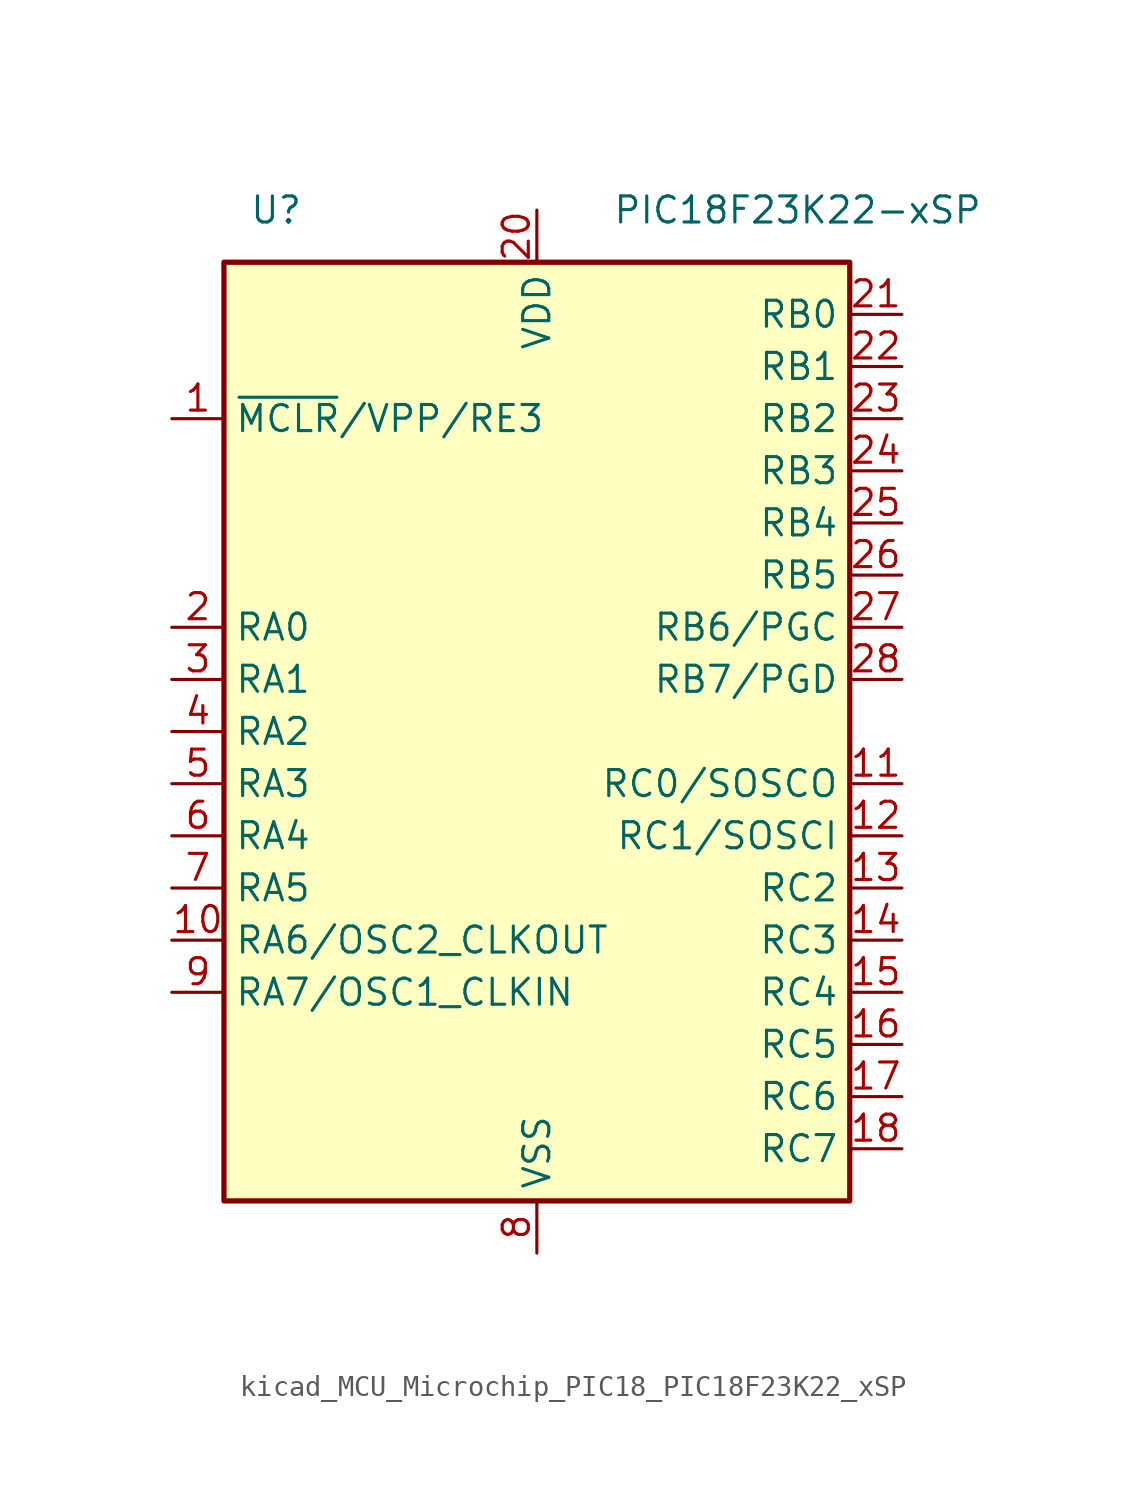
<source format=kicad_sym>
(kicad_symbol_lib
  (version 20220914)
  (generator kicad_symbol_editor)
  (symbol "kicad_MCU_Microchip_PIC18_PIC18F23K22_xSP"
    (property "Reference" "U"
      (at -12.7 25.4 0)
      (effects (font (size 1.27 1.27))))
    (property "Value" "PIC18F23K22-xSP"
      (at 12.7 25.4 0)
      (effects (font (size 1.27 1.27))))
    (symbol "kicad_MCU_Microchip_PIC18_PIC18F23K22_xSP_1_1"
      (rectangle (start -15.24 22.86) (end 15.24 -22.86) (stroke (width 0.254) (type default)) (fill (type background)))
      (pin input line (at -17.78 15.24 0) (length 2.54) (name "~{MCLR}/VPP/RE3" (effects (font (size 1.27 1.27)))) (number "1" (effects (font (size 1.27 1.27)))))
      (pin bidirectional line (at -17.78 -10.16 0) (length 2.54) (name "RA6/OSC2_CLKOUT" (effects (font (size 1.27 1.27)))) (number "10" (effects (font (size 1.27 1.27)))))
      (pin bidirectional line (at 17.78 -2.54 180) (length 2.54) (name "RC0/SOSCO" (effects (font (size 1.27 1.27)))) (number "11" (effects (font (size 1.27 1.27)))))
      (pin bidirectional line (at 17.78 -5.08 180) (length 2.54) (name "RC1/SOSCI" (effects (font (size 1.27 1.27)))) (number "12" (effects (font (size 1.27 1.27)))))
      (pin bidirectional line (at 17.78 -7.62 180) (length 2.54) (name "RC2" (effects (font (size 1.27 1.27)))) (number "13" (effects (font (size 1.27 1.27)))))
      (pin bidirectional line (at 17.78 -10.16 180) (length 2.54) (name "RC3" (effects (font (size 1.27 1.27)))) (number "14" (effects (font (size 1.27 1.27)))))
      (pin bidirectional line (at 17.78 -12.7 180) (length 2.54) (name "RC4" (effects (font (size 1.27 1.27)))) (number "15" (effects (font (size 1.27 1.27)))))
      (pin bidirectional line (at 17.78 -15.24 180) (length 2.54) (name "RC5" (effects (font (size 1.27 1.27)))) (number "16" (effects (font (size 1.27 1.27)))))
      (pin bidirectional line (at 17.78 -17.78 180) (length 2.54) (name "RC6" (effects (font (size 1.27 1.27)))) (number "17" (effects (font (size 1.27 1.27)))))
      (pin bidirectional line (at 17.78 -20.32 180) (length 2.54) (name "RC7" (effects (font (size 1.27 1.27)))) (number "18" (effects (font (size 1.27 1.27)))))
      (pin passive line (at 0 -25.4 90) (length 2.54) hide (name "VSS" (effects (font (size 1.27 1.27)))) (number "19" (effects (font (size 1.27 1.27)))))
      (pin bidirectional line (at -17.78 5.08 0) (length 2.54) (name "RA0" (effects (font (size 1.27 1.27)))) (number "2" (effects (font (size 1.27 1.27)))))
      (pin power_in line (at 0 25.4 270) (length 2.54) (name "VDD" (effects (font (size 1.27 1.27)))) (number "20" (effects (font (size 1.27 1.27)))))
      (pin bidirectional line (at 17.78 20.32 180) (length 2.54) (name "RB0" (effects (font (size 1.27 1.27)))) (number "21" (effects (font (size 1.27 1.27)))))
      (pin bidirectional line (at 17.78 17.78 180) (length 2.54) (name "RB1" (effects (font (size 1.27 1.27)))) (number "22" (effects (font (size 1.27 1.27)))))
      (pin bidirectional line (at 17.78 15.24 180) (length 2.54) (name "RB2" (effects (font (size 1.27 1.27)))) (number "23" (effects (font (size 1.27 1.27)))))
      (pin bidirectional line (at 17.78 12.7 180) (length 2.54) (name "RB3" (effects (font (size 1.27 1.27)))) (number "24" (effects (font (size 1.27 1.27)))))
      (pin bidirectional line (at 17.78 10.16 180) (length 2.54) (name "RB4" (effects (font (size 1.27 1.27)))) (number "25" (effects (font (size 1.27 1.27)))))
      (pin bidirectional line (at 17.78 7.62 180) (length 2.54) (name "RB5" (effects (font (size 1.27 1.27)))) (number "26" (effects (font (size 1.27 1.27)))))
      (pin bidirectional line (at 17.78 5.08 180) (length 2.54) (name "RB6/PGC" (effects (font (size 1.27 1.27)))) (number "27" (effects (font (size 1.27 1.27)))))
      (pin bidirectional line (at 17.78 2.54 180) (length 2.54) (name "RB7/PGD" (effects (font (size 1.27 1.27)))) (number "28" (effects (font (size 1.27 1.27)))))
      (pin bidirectional line (at -17.78 2.54 0) (length 2.54) (name "RA1" (effects (font (size 1.27 1.27)))) (number "3" (effects (font (size 1.27 1.27)))))
      (pin bidirectional line (at -17.78 0 0) (length 2.54) (name "RA2" (effects (font (size 1.27 1.27)))) (number "4" (effects (font (size 1.27 1.27)))))
      (pin bidirectional line (at -17.78 -2.54 0) (length 2.54) (name "RA3" (effects (font (size 1.27 1.27)))) (number "5" (effects (font (size 1.27 1.27)))))
      (pin bidirectional line (at -17.78 -5.08 0) (length 2.54) (name "RA4" (effects (font (size 1.27 1.27)))) (number "6" (effects (font (size 1.27 1.27)))))
      (pin bidirectional line (at -17.78 -7.62 0) (length 2.54) (name "RA5" (effects (font (size 1.27 1.27)))) (number "7" (effects (font (size 1.27 1.27)))))
      (pin power_in line (at 0 -25.4 90) (length 2.54) (name "VSS" (effects (font (size 1.27 1.27)))) (number "8" (effects (font (size 1.27 1.27)))))
      (pin bidirectional line (at -17.78 -12.7 0) (length 2.54) (name "RA7/OSC1_CLKIN" (effects (font (size 1.27 1.27)))) (number "9" (effects (font (size 1.27 1.27))))))))
</source>
